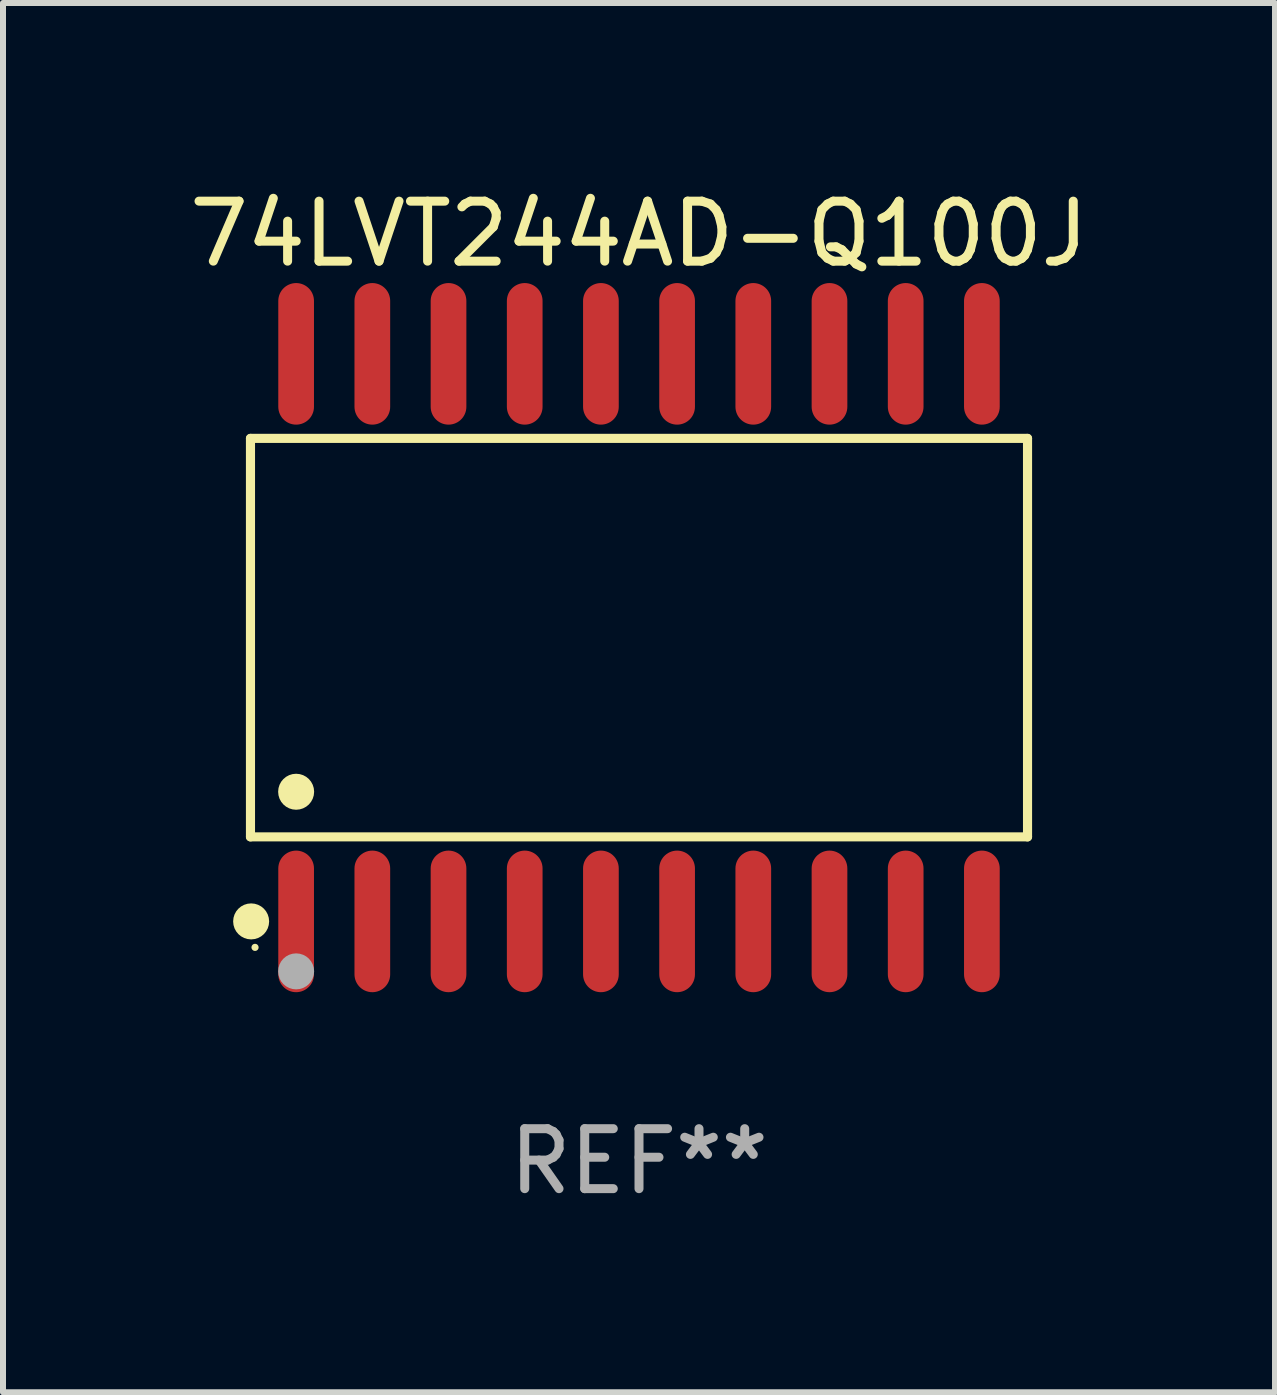
<source format=kicad_pcb>
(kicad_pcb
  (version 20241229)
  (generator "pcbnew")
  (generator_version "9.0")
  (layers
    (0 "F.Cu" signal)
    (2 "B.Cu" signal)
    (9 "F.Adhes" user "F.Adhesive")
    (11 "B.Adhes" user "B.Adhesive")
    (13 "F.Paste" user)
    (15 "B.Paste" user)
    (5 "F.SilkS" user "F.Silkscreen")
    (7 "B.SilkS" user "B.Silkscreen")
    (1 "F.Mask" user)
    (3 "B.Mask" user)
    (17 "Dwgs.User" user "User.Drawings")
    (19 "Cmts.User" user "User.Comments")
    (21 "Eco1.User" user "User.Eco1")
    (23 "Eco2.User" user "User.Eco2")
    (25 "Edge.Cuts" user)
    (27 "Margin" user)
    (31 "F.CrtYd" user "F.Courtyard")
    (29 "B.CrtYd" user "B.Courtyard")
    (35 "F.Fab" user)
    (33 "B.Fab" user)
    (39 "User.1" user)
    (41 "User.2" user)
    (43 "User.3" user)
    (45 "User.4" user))
  (footprint "74LVT244AD-Q100J"
    (layer "F.Cu")
    (at 7.601 7.578)
    (property "Reference" "74LVT244AD-Q100J" (at 0 -6.73 0) (layer "F.SilkS") (effects (font (size 1 1) (thickness 0.15))))
    (attr through_hole)
    (fp_line (start -6.476 -3.321) (end 6.476 -3.321) (stroke (width 0.152) (type solid)) (layer "F.SilkS"))
    (fp_line (start -6.476 3.321) (end -6.476 -3.321) (stroke (width 0.152) (type solid)) (layer "F.SilkS"))
    (fp_line (start 6.476 -3.321) (end 6.476 3.321) (stroke (width 0.152) (type solid)) (layer "F.SilkS"))
    (fp_line (start 6.476 3.321) (end -6.476 3.321) (stroke (width 0.152) (type solid)) (layer "F.SilkS"))
    (fp_circle (center -6.465 4.73) (end -6.315 4.73) (stroke (width 0.3) (type solid)) (fill no) (layer "F.SilkS"))
    (fp_circle (center -6.4 5.163) (end -6.37 5.163) (stroke (width 0.06) (type solid)) (fill no) (layer "F.SilkS"))
    (fp_circle (center -5.715 2.569) (end -5.565 2.569) (stroke (width 0.3) (type solid)) (fill no) (layer "F.SilkS"))
    (fp_circle (center -5.715 5.563) (end -5.565 5.563) (stroke (width 0.3) (type solid)) (fill no) (layer "F.Fab"))
    (fp_text user "REF**" (at 0 8.73 0) (layer "F.Fab") (effects (font (size 1 1) (thickness 0.15))))
    (pad "1" smd oval (at -5.715 4.73) (size 0.595 2.36) (layers "F.Cu" "F.Mask" "F.Paste"))
    (pad "2" smd oval (at -4.445 4.73) (size 0.595 2.36) (layers "F.Cu" "F.Mask" "F.Paste"))
    (pad "3" smd oval (at -3.175 4.73) (size 0.595 2.36) (layers "F.Cu" "F.Mask" "F.Paste"))
    (pad "4" smd oval (at -1.905 4.73) (size 0.595 2.36) (layers "F.Cu" "F.Mask" "F.Paste"))
    (pad "5" smd oval (at -0.635 4.73) (size 0.595 2.36) (layers "F.Cu" "F.Mask" "F.Paste"))
    (pad "6" smd oval (at 0.635 4.73) (size 0.595 2.36) (layers "F.Cu" "F.Mask" "F.Paste"))
    (pad "7" smd oval (at 1.905 4.73) (size 0.595 2.36) (layers "F.Cu" "F.Mask" "F.Paste"))
    (pad "8" smd oval (at 3.175 4.73) (size 0.595 2.36) (layers "F.Cu" "F.Mask" "F.Paste"))
    (pad "9" smd oval (at 4.445 4.73) (size 0.595 2.36) (layers "F.Cu" "F.Mask" "F.Paste"))
    (pad "10" smd oval (at 5.715 4.73) (size 0.595 2.36) (layers "F.Cu" "F.Mask" "F.Paste"))
    (pad "11" smd oval (at 5.715 -4.73) (size 0.595 2.36) (layers "F.Cu" "F.Mask" "F.Paste"))
    (pad "12" smd oval (at 4.445 -4.73) (size 0.595 2.36) (layers "F.Cu" "F.Mask" "F.Paste"))
    (pad "13" smd oval (at 3.175 -4.73) (size 0.595 2.36) (layers "F.Cu" "F.Mask" "F.Paste"))
    (pad "14" smd oval (at 1.905 -4.73) (size 0.595 2.36) (layers "F.Cu" "F.Mask" "F.Paste"))
    (pad "15" smd oval (at 0.635 -4.73) (size 0.595 2.36) (layers "F.Cu" "F.Mask" "F.Paste"))
    (pad "16" smd oval (at -0.635 -4.73) (size 0.595 2.36) (layers "F.Cu" "F.Mask" "F.Paste"))
    (pad "17" smd oval (at -1.905 -4.73) (size 0.595 2.36) (layers "F.Cu" "F.Mask" "F.Paste"))
    (pad "18" smd oval (at -3.175 -4.73) (size 0.595 2.36) (layers "F.Cu" "F.Mask" "F.Paste"))
    (pad "19" smd oval (at -4.445 -4.73) (size 0.595 2.36) (layers "F.Cu" "F.Mask" "F.Paste"))
    (pad "20" smd oval (at -5.715 -4.73) (size 0.595 2.36) (layers "F.Cu" "F.Mask" "F.Paste")))
  (gr_rect
    (start -3 -3)
    (end 18.202 20.156)
    (stroke (width 0.1) (type default))
    (fill no)
    (layer "Edge.Cuts")))
</source>
